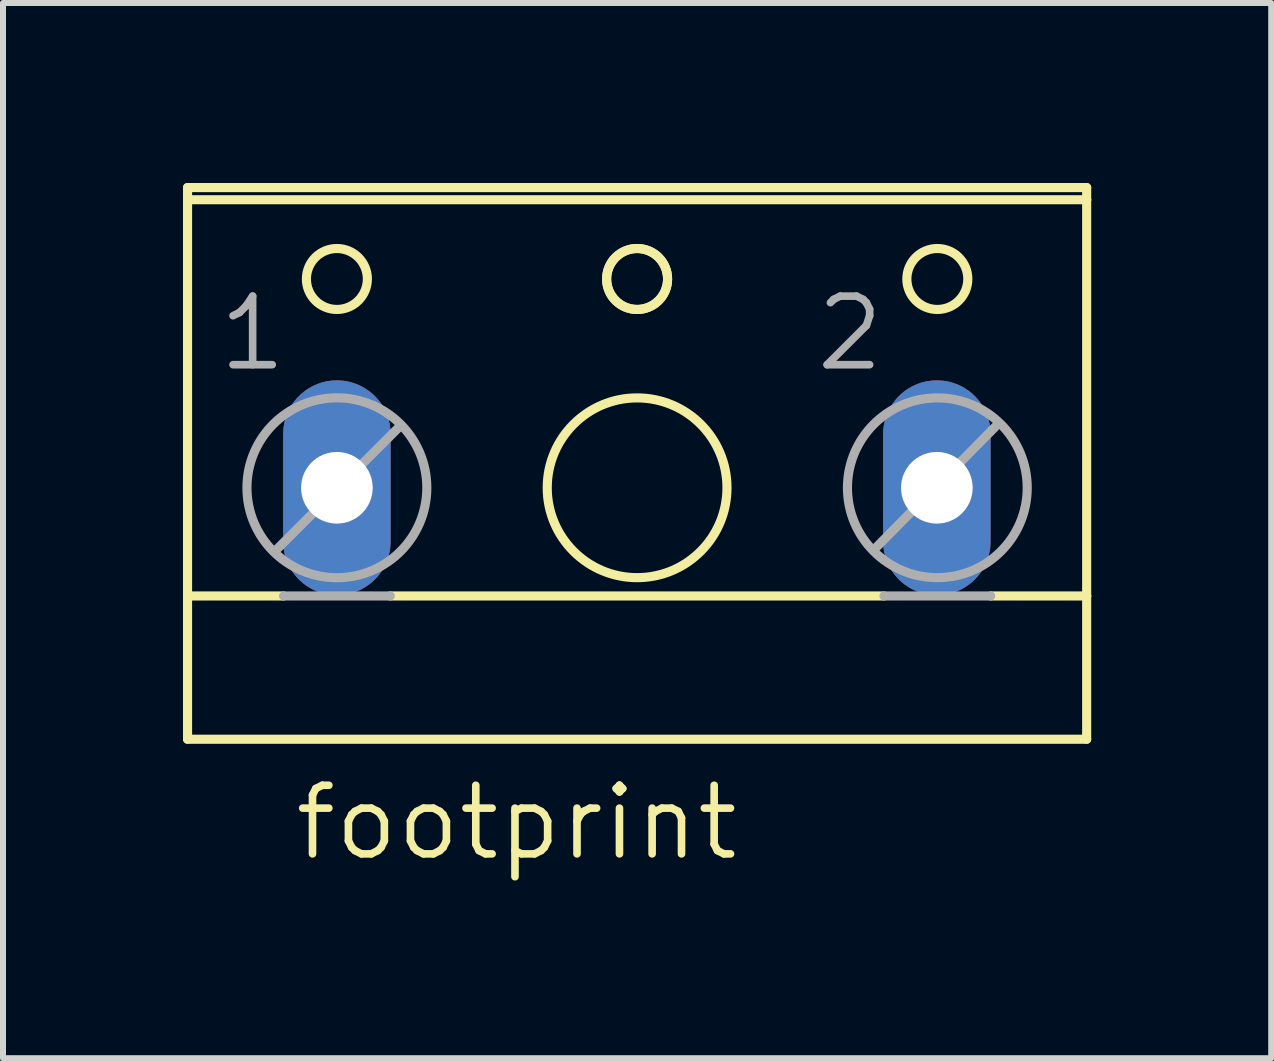
<source format=kicad_pcb>
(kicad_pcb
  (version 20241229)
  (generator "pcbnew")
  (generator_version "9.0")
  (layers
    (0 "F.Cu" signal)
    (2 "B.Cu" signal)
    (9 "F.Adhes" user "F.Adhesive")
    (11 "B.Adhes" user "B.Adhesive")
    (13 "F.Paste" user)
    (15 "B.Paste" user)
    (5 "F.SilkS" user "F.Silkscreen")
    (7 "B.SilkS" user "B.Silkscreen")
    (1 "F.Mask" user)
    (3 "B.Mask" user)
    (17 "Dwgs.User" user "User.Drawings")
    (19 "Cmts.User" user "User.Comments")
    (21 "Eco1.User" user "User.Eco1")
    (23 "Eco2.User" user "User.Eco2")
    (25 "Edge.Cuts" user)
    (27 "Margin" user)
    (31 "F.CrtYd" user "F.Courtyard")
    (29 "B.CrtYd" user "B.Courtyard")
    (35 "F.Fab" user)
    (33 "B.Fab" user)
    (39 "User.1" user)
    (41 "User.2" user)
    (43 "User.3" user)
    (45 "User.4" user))
  (footprint "footprint"
    (layer "F.Cu")
    (at 7.565 3.81)
    (property "Reference" "footprint" (at -5.762 7.518 0) (layer "F.SilkS") (effects (font (size 1.143 1.143) (thickness 0.127)) (justify left bottom)))
    (fp_line (start -7.489 -3.531) (end -7.489 -3.734) (stroke (width 0.152) (type solid)) (layer "F.SilkS"))
    (fp_line (start -7.489 -3.531) (end 7.497 -3.531) (stroke (width 0.152) (type solid)) (layer "F.SilkS"))
    (fp_line (start -7.489 3.073) (end -7.489 -3.531) (stroke (width 0.152) (type solid)) (layer "F.SilkS"))
    (fp_line (start -7.489 3.073) (end -5.889 3.073) (stroke (width 0.152) (type solid)) (layer "F.SilkS"))
    (fp_line (start -7.489 5.461) (end -7.489 3.073) (stroke (width 0.152) (type solid)) (layer "F.SilkS"))
    (fp_line (start -7.489 5.461) (end 7.497 5.461) (stroke (width 0.152) (type solid)) (layer "F.SilkS"))
    (fp_line (start -4.111 3.073) (end 4.119 3.073) (stroke (width 0.152) (type solid)) (layer "F.SilkS"))
    (fp_line (start 5.897 3.073) (end 7.497 3.073) (stroke (width 0.152) (type solid)) (layer "F.SilkS"))
    (fp_line (start 7.497 -3.734) (end -7.489 -3.734) (stroke (width 0.152) (type solid)) (layer "F.SilkS"))
    (fp_line (start 7.497 -3.734) (end 7.497 -3.531) (stroke (width 0.152) (type solid)) (layer "F.SilkS"))
    (fp_line (start 7.497 -3.531) (end 7.497 3.073) (stroke (width 0.152) (type solid)) (layer "F.SilkS"))
    (fp_line (start 7.497 3.073) (end 7.497 5.461) (stroke (width 0.152) (type solid)) (layer "F.SilkS"))
    (fp_circle (center -5 -2.21) (end -4.492 -2.21) (stroke (width 0.152) (type solid)) (fill no) (layer "F.SilkS"))
    (fp_circle (center 0.004 -2.21) (end 0.512 -2.21) (stroke (width 0.152) (type solid)) (fill no) (layer "F.SilkS"))
    (fp_circle (center 0.004 -2.21) (end 0.512 -2.21) (stroke (width 0.152) (type solid)) (fill no) (layer "F.SilkS"))
    (fp_circle (center 0.004 1.27) (end 1.502 1.27) (stroke (width 0.152) (type solid)) (fill no) (layer "F.SilkS"))
    (fp_circle (center 5.008 -2.21) (end 5.516 -2.21) (stroke (width 0.152) (type solid)) (fill no) (layer "F.SilkS"))
    (fp_line (start -5.991 2.286) (end -3.984 0.279) (stroke (width 0.152) (type solid)) (layer "F.Fab"))
    (fp_line (start -5.889 3.073) (end -4.111 3.073) (stroke (width 0.152) (type solid)) (layer "F.Fab"))
    (fp_line (start 3.992 2.261) (end 5.973 0.254) (stroke (width 0.152) (type solid)) (layer "F.Fab"))
    (fp_line (start 4.119 3.073) (end 5.897 3.073) (stroke (width 0.152) (type solid)) (layer "F.Fab"))
    (fp_circle (center -5 1.27) (end -3.501 1.27) (stroke (width 0.152) (type solid)) (fill no) (layer "F.Fab"))
    (fp_circle (center 5.008 1.27) (end 6.506 1.27) (stroke (width 0.152) (type solid)) (fill no) (layer "F.Fab"))
    (fp_text user "2" (at 2.925 -0.635 0) (layer "F.Fab") (effects (font (size 1.143 1.143) (thickness 0.127)) (justify left bottom)))
    (fp_text user "1" (at -7.032 -0.635 0) (layer "F.Fab") (effects (font (size 1.143 1.143) (thickness 0.127)) (justify left bottom)))
    (pad "1" thru_hole oval (at -5 1.27 90) (size 3.581 1.791) (drill 1.194) (layers "*.Cu" "*.Mask"))
    (pad "2" thru_hole oval (at 5 1.27 90) (size 3.581 1.791) (drill 1.194) (layers "*.Cu" "*.Mask")))
  (gr_rect
    (start -3 -3)
    (end 18.138 14.588)
    (stroke (width 0.1) (type default))
    (fill no)
    (layer "Edge.Cuts")))
</source>
